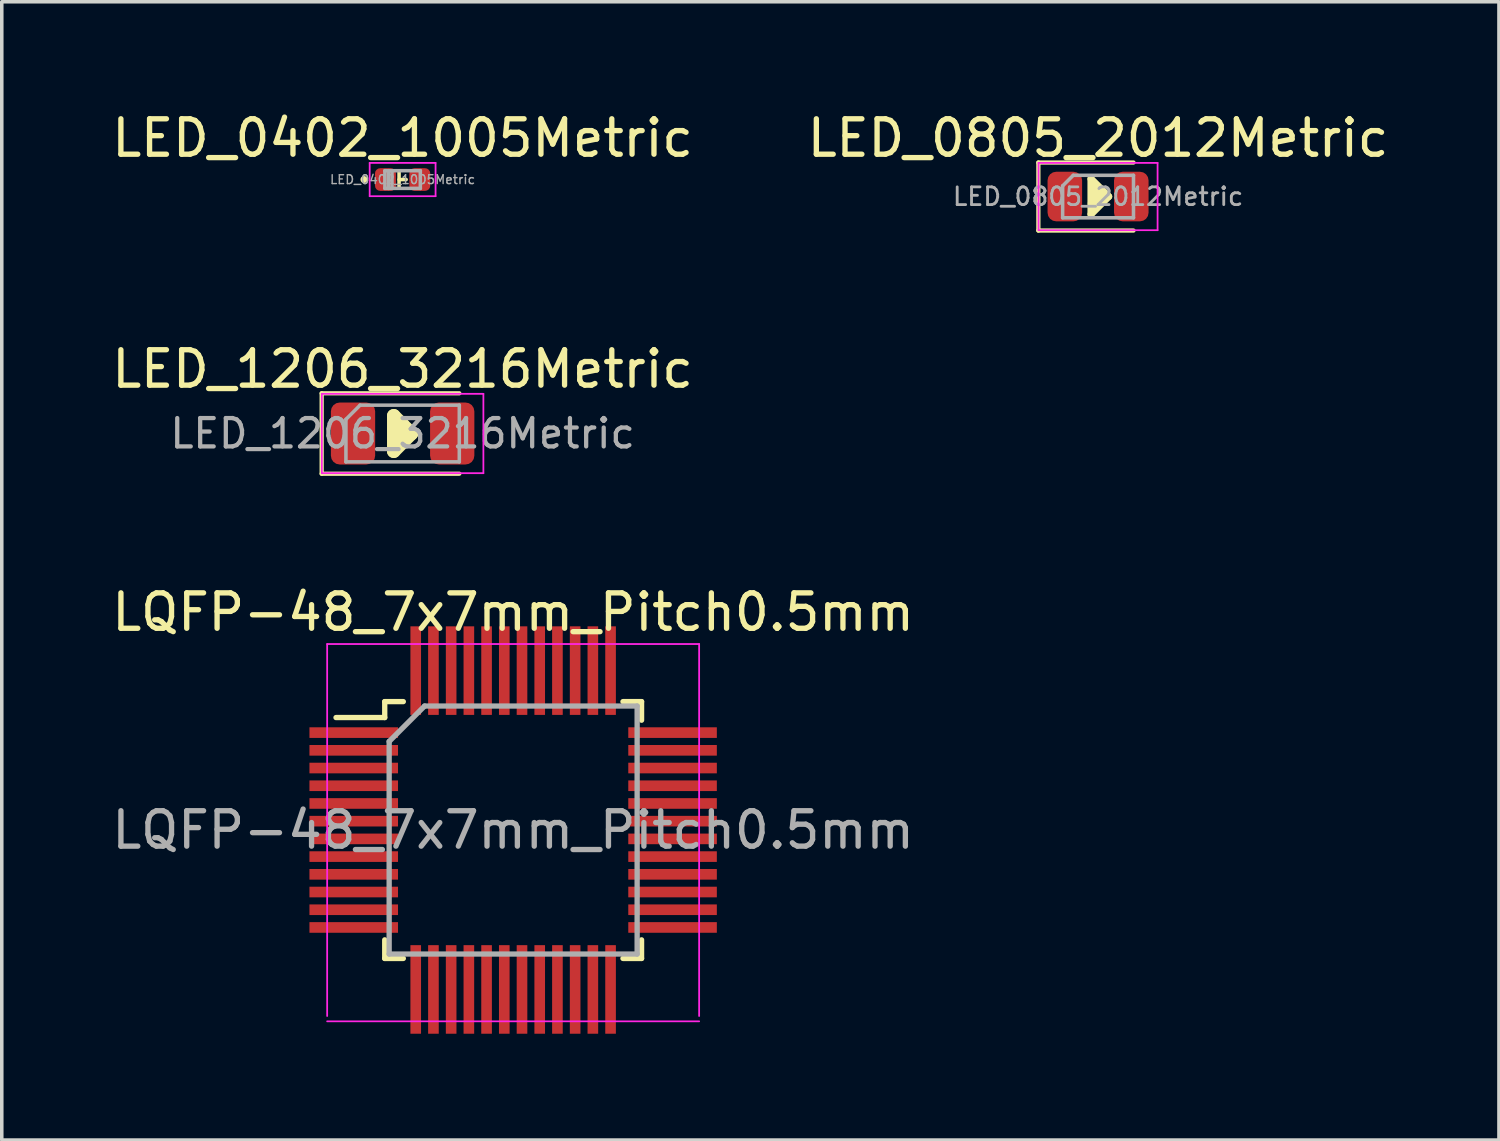
<source format=kicad_pcb>
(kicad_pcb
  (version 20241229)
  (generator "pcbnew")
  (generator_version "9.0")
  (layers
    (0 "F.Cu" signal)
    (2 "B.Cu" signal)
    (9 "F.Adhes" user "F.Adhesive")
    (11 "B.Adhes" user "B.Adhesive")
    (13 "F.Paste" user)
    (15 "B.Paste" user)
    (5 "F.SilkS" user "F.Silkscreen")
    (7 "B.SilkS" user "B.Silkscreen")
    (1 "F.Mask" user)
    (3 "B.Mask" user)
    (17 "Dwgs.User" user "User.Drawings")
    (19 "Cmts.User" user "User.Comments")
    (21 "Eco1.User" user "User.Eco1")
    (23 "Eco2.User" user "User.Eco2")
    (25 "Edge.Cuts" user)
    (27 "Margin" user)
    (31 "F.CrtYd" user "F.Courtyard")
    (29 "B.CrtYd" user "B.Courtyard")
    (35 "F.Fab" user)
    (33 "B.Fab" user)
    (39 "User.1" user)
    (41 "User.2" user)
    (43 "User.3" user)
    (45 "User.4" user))
  (footprint "LED_0402_1005Metric"
    (layer "F.Cu")
    (at 8.315 2.018)
    (property "Reference" "LED_0402_1005Metric" (at 0 -1.17 0) (layer "F.SilkS") (effects (font (size 1 1) (thickness 0.15))))
    (attr smd)
    (fp_line (start -0.1 -0.2) (end -0.1 0.2) (stroke (width 0.1) (type solid)) (layer "F.SilkS"))
    (fp_line (start 0.1 0) (end -0.1 0) (stroke (width 0.1) (type solid)) (layer "F.SilkS"))
    (fp_circle (center -1.09 0) (end -1.04 0) (stroke (width 0.1) (type solid)) (fill no) (layer "F.SilkS"))
    (fp_line (start -0.93 -0.47) (end 0.93 -0.47) (stroke (width 0.05) (type solid)) (layer "F.CrtYd"))
    (fp_line (start -0.93 0.47) (end -0.93 -0.47) (stroke (width 0.05) (type solid)) (layer "F.CrtYd"))
    (fp_line (start 0.93 -0.47) (end 0.93 0.47) (stroke (width 0.05) (type solid)) (layer "F.CrtYd"))
    (fp_line (start 0.93 0.47) (end -0.93 0.47) (stroke (width 0.05) (type solid)) (layer "F.CrtYd"))
    (fp_line (start -0.5 -0.25) (end 0.5 -0.25) (stroke (width 0.1) (type solid)) (layer "F.Fab"))
    (fp_line (start -0.5 0.25) (end -0.5 -0.25) (stroke (width 0.1) (type solid)) (layer "F.Fab"))
    (fp_line (start -0.4 0.25) (end -0.4 -0.25) (stroke (width 0.1) (type solid)) (layer "F.Fab"))
    (fp_line (start -0.3 0.25) (end -0.3 -0.25) (stroke (width 0.1) (type solid)) (layer "F.Fab"))
    (fp_line (start 0.5 -0.25) (end 0.5 0.25) (stroke (width 0.1) (type solid)) (layer "F.Fab"))
    (fp_line (start 0.5 0.25) (end -0.5 0.25) (stroke (width 0.1) (type solid)) (layer "F.Fab"))
    (fp_text user "${REFERENCE}" (at 0 0 0) (layer "F.Fab") (effects (font (size 0.25 0.25) (thickness 0.04))))
    (pad "1" smd roundrect (at -0.485 0) (size 0.59 0.64) (layers "F.Cu" "F.Mask" "F.Paste") (roundrect_rratio 0.25))
    (pad "2" smd roundrect (at 0.485 0) (size 0.59 0.64) (layers "F.Cu" "F.Mask" "F.Paste") (roundrect_rratio 0.25)))
  (footprint "LQFP-48_7x7mm_Pitch0.5mm"
    (layer "F.Cu")
    (at 11.435 20.38)
    (property "Reference" "LQFP-48_7x7mm_Pitch0.5mm" (at 0 -6.15 0) (layer "F.SilkS") (effects (font (size 1 1) (thickness 0.15))))
    (attr smd)
    (fp_line (start -3.625 -3.625) (end -3.625 -3.175) (stroke (width 0.15) (type solid)) (layer "F.SilkS"))
    (fp_line (start -3.625 -3.625) (end -3.1 -3.625) (stroke (width 0.15) (type solid)) (layer "F.SilkS"))
    (fp_line (start -3.625 -3.175) (end -5 -3.175) (stroke (width 0.15) (type solid)) (layer "F.SilkS"))
    (fp_line (start -3.625 3.625) (end -3.625 3.1) (stroke (width 0.15) (type solid)) (layer "F.SilkS"))
    (fp_line (start -3.625 3.625) (end -3.1 3.625) (stroke (width 0.15) (type solid)) (layer "F.SilkS"))
    (fp_line (start 3.625 -3.625) (end 3.1 -3.625) (stroke (width 0.15) (type solid)) (layer "F.SilkS"))
    (fp_line (start 3.625 -3.625) (end 3.625 -3.1) (stroke (width 0.15) (type solid)) (layer "F.SilkS"))
    (fp_line (start 3.625 3.625) (end 3.1 3.625) (stroke (width 0.15) (type solid)) (layer "F.SilkS"))
    (fp_line (start 3.625 3.625) (end 3.625 3.1) (stroke (width 0.15) (type solid)) (layer "F.SilkS"))
    (fp_line (start -5.25 -5.25) (end -5.25 5.25) (stroke (width 0.05) (type solid)) (layer "F.CrtYd"))
    (fp_line (start -5.25 -5.25) (end 5.25 -5.25) (stroke (width 0.05) (type solid)) (layer "F.CrtYd"))
    (fp_line (start -5.25 5.4) (end 5.25 5.4) (stroke (width 0.05) (type solid)) (layer "F.CrtYd"))
    (fp_line (start 5.25 -5.25) (end 5.25 5.25) (stroke (width 0.05) (type solid)) (layer "F.CrtYd"))
    (fp_line (start -3.5 -2.5) (end -2.5 -3.5) (stroke (width 0.15) (type solid)) (layer "F.Fab"))
    (fp_line (start -3.5 3.5) (end -3.5 -2.5) (stroke (width 0.15) (type solid)) (layer "F.Fab"))
    (fp_line (start -2.5 -3.5) (end 3.5 -3.5) (stroke (width 0.15) (type solid)) (layer "F.Fab"))
    (fp_line (start 3.5 -3.5) (end 3.5 3.5) (stroke (width 0.15) (type solid)) (layer "F.Fab"))
    (fp_line (start 3.5 3.5) (end -3.5 3.5) (stroke (width 0.15) (type solid)) (layer "F.Fab"))
    (fp_text user "${REFERENCE}" (at 0 0 0) (layer "F.Fab") (effects (font (size 1 1) (thickness 0.15))))
    (pad "1" smd rect (at -4.5 -2.75) (size 2.5 0.3) (layers "F.Cu" "F.Mask" "F.Paste"))
    (pad "2" smd rect (at -4.5 -2.25) (size 2.5 0.3) (layers "F.Cu" "F.Mask" "F.Paste"))
    (pad "3" smd rect (at -4.5 -1.75) (size 2.5 0.3) (layers "F.Cu" "F.Mask" "F.Paste"))
    (pad "4" smd rect (at -4.5 -1.25) (size 2.5 0.3) (layers "F.Cu" "F.Mask" "F.Paste"))
    (pad "5" smd rect (at -4.5 -0.75) (size 2.5 0.3) (layers "F.Cu" "F.Mask" "F.Paste"))
    (pad "6" smd rect (at -4.5 -0.25) (size 2.5 0.3) (layers "F.Cu" "F.Mask" "F.Paste"))
    (pad "7" smd rect (at -4.5 0.25) (size 2.5 0.3) (layers "F.Cu" "F.Mask" "F.Paste"))
    (pad "8" smd rect (at -4.5 0.75) (size 2.5 0.3) (layers "F.Cu" "F.Mask" "F.Paste"))
    (pad "9" smd rect (at -4.5 1.25) (size 2.5 0.3) (layers "F.Cu" "F.Mask" "F.Paste"))
    (pad "10" smd rect (at -4.5 1.75) (size 2.5 0.3) (layers "F.Cu" "F.Mask" "F.Paste"))
    (pad "11" smd rect (at -4.5 2.25) (size 2.5 0.3) (layers "F.Cu" "F.Mask" "F.Paste"))
    (pad "12" smd rect (at -4.5 2.75) (size 2.5 0.3) (layers "F.Cu" "F.Mask" "F.Paste"))
    (pad "13" smd rect (at -2.75 4.5 90) (size 2.5 0.3) (layers "F.Cu" "F.Mask" "F.Paste"))
    (pad "14" smd rect (at -2.25 4.5 90) (size 2.5 0.3) (layers "F.Cu" "F.Mask" "F.Paste"))
    (pad "15" smd rect (at -1.75 4.5 90) (size 2.5 0.3) (layers "F.Cu" "F.Mask" "F.Paste"))
    (pad "16" smd rect (at -1.25 4.5 90) (size 2.5 0.3) (layers "F.Cu" "F.Mask" "F.Paste"))
    (pad "17" smd rect (at -0.75 4.5 90) (size 2.5 0.3) (layers "F.Cu" "F.Mask" "F.Paste"))
    (pad "18" smd rect (at -0.25 4.5 90) (size 2.5 0.3) (layers "F.Cu" "F.Mask" "F.Paste"))
    (pad "19" smd rect (at 0.25 4.5 90) (size 2.5 0.3) (layers "F.Cu" "F.Mask" "F.Paste"))
    (pad "20" smd rect (at 0.75 4.5 90) (size 2.5 0.3) (layers "F.Cu" "F.Mask" "F.Paste"))
    (pad "21" smd rect (at 1.25 4.5 90) (size 2.5 0.3) (layers "F.Cu" "F.Mask" "F.Paste"))
    (pad "22" smd rect (at 1.75 4.5 90) (size 2.5 0.3) (layers "F.Cu" "F.Mask" "F.Paste"))
    (pad "23" smd rect (at 2.25 4.5 90) (size 2.5 0.3) (layers "F.Cu" "F.Mask" "F.Paste"))
    (pad "24" smd rect (at 2.75 4.5 90) (size 2.5 0.3) (layers "F.Cu" "F.Mask" "F.Paste"))
    (pad "25" smd rect (at 4.5 2.75) (size 2.5 0.3) (layers "F.Cu" "F.Mask" "F.Paste"))
    (pad "26" smd rect (at 4.5 2.25) (size 2.5 0.3) (layers "F.Cu" "F.Mask" "F.Paste"))
    (pad "27" smd rect (at 4.5 1.75) (size 2.5 0.3) (layers "F.Cu" "F.Mask" "F.Paste"))
    (pad "28" smd rect (at 4.5 1.25) (size 2.5 0.3) (layers "F.Cu" "F.Mask" "F.Paste"))
    (pad "29" smd rect (at 4.5 0.75) (size 2.5 0.3) (layers "F.Cu" "F.Mask" "F.Paste"))
    (pad "30" smd rect (at 4.5 0.25) (size 2.5 0.3) (layers "F.Cu" "F.Mask" "F.Paste"))
    (pad "31" smd rect (at 4.5 -0.25) (size 2.5 0.3) (layers "F.Cu" "F.Mask" "F.Paste"))
    (pad "32" smd rect (at 4.5 -0.75) (size 2.5 0.3) (layers "F.Cu" "F.Mask" "F.Paste"))
    (pad "33" smd rect (at 4.5 -1.25) (size 2.5 0.3) (layers "F.Cu" "F.Mask" "F.Paste"))
    (pad "34" smd rect (at 4.5 -1.75) (size 2.5 0.3) (layers "F.Cu" "F.Mask" "F.Paste"))
    (pad "35" smd rect (at 4.5 -2.25) (size 2.5 0.3) (layers "F.Cu" "F.Mask" "F.Paste"))
    (pad "36" smd rect (at 4.5 -2.75) (size 2.5 0.3) (layers "F.Cu" "F.Mask" "F.Paste"))
    (pad "37" smd rect (at 2.75 -4.5 90) (size 2.5 0.3) (layers "F.Cu" "F.Mask" "F.Paste"))
    (pad "38" smd rect (at 2.25 -4.5 90) (size 2.5 0.3) (layers "F.Cu" "F.Mask" "F.Paste"))
    (pad "39" smd rect (at 1.75 -4.5 90) (size 2.5 0.3) (layers "F.Cu" "F.Mask" "F.Paste"))
    (pad "40" smd rect (at 1.25 -4.5 90) (size 2.5 0.3) (layers "F.Cu" "F.Mask" "F.Paste"))
    (pad "41" smd rect (at 0.75 -4.5 90) (size 2.5 0.3) (layers "F.Cu" "F.Mask" "F.Paste"))
    (pad "42" smd rect (at 0.25 -4.5 90) (size 2.5 0.3) (layers "F.Cu" "F.Mask" "F.Paste"))
    (pad "43" smd rect (at -0.25 -4.5 90) (size 2.5 0.3) (layers "F.Cu" "F.Mask" "F.Paste"))
    (pad "44" smd rect (at -0.75 -4.5 90) (size 2.5 0.3) (layers "F.Cu" "F.Mask" "F.Paste"))
    (pad "45" smd rect (at -1.25 -4.5 90) (size 2.5 0.3) (layers "F.Cu" "F.Mask" "F.Paste"))
    (pad "46" smd rect (at -1.75 -4.5 90) (size 2.5 0.3) (layers "F.Cu" "F.Mask" "F.Paste"))
    (pad "47" smd rect (at -2.25 -4.5 90) (size 2.5 0.3) (layers "F.Cu" "F.Mask" "F.Paste"))
    (pad "48" smd rect (at -2.75 -4.5 90) (size 2.5 0.3) (layers "F.Cu" "F.Mask" "F.Paste")))
  (footprint "LED_0805_2012Metric"
    (layer "F.Cu")
    (at 27.946 2.498)
    (property "Reference" "LED_0805_2012Metric" (at 0 -1.65 0) (layer "F.SilkS") (effects (font (size 1 1) (thickness 0.15))))
    (attr smd)
    (fp_line (start -1.685 -0.96) (end -1.685 0.96) (stroke (width 0.12) (type solid)) (layer "F.SilkS"))
    (fp_line (start -1.685 0.96) (end 1 0.96) (stroke (width 0.12) (type solid)) (layer "F.SilkS"))
    (fp_line (start -0.2 -0.5) (end -0.2 0.5) (stroke (width 0.2) (type solid)) (layer "F.SilkS"))
    (fp_line (start -0.2 0.5) (end 0.3 0) (stroke (width 0.2) (type solid)) (layer "F.SilkS"))
    (fp_line (start -0.1 -0.3) (end -0.1 0.2) (stroke (width 0.2) (type solid)) (layer "F.SilkS"))
    (fp_line (start -0.1 0.2) (end 0.1 0) (stroke (width 0.381) (type solid)) (layer "F.SilkS"))
    (fp_line (start 0.3 0) (end -0.2 -0.5) (stroke (width 0.2) (type solid)) (layer "F.SilkS"))
    (fp_line (start 1 -0.96) (end -1.685 -0.96) (stroke (width 0.12) (type solid)) (layer "F.SilkS"))
    (fp_line (start -1.68 -0.95) (end 1.68 -0.95) (stroke (width 0.05) (type solid)) (layer "F.CrtYd"))
    (fp_line (start -1.68 0.95) (end -1.68 -0.95) (stroke (width 0.05) (type solid)) (layer "F.CrtYd"))
    (fp_line (start 1.68 -0.95) (end 1.68 0.95) (stroke (width 0.05) (type solid)) (layer "F.CrtYd"))
    (fp_line (start 1.68 0.95) (end -1.68 0.95) (stroke (width 0.05) (type solid)) (layer "F.CrtYd"))
    (fp_line (start -1 -0.3) (end -1 0.6) (stroke (width 0.1) (type solid)) (layer "F.Fab"))
    (fp_line (start -1 0.6) (end 1 0.6) (stroke (width 0.1) (type solid)) (layer "F.Fab"))
    (fp_line (start -0.7 -0.6) (end -1 -0.3) (stroke (width 0.1) (type solid)) (layer "F.Fab"))
    (fp_line (start 1 -0.6) (end -0.7 -0.6) (stroke (width 0.1) (type solid)) (layer "F.Fab"))
    (fp_line (start 1 0.6) (end 1 -0.6) (stroke (width 0.1) (type solid)) (layer "F.Fab"))
    (fp_text user "${REFERENCE}" (at 0 0 0) (layer "F.Fab") (effects (font (size 0.5 0.5) (thickness 0.08))))
    (pad "1" smd roundrect (at -0.938 0) (size 0.975 1.4) (layers "F.Cu" "F.Mask" "F.Paste") (roundrect_rratio 0.25))
    (pad "2" smd roundrect (at 0.938 0) (size 0.975 1.4) (layers "F.Cu" "F.Mask" "F.Paste") (roundrect_rratio 0.25)))
  (footprint "LED_1206_3216Metric"
    (layer "F.Cu")
    (at 8.315 9.187)
    (property "Reference" "LED_1206_3216Metric" (at 0 -1.82 0) (layer "F.SilkS") (effects (font (size 1 1) (thickness 0.15))))
    (attr smd)
    (fp_line (start -2.285 -1.135) (end -2.285 1.135) (stroke (width 0.12) (type solid)) (layer "F.SilkS"))
    (fp_line (start -2.285 1.135) (end 1.6 1.135) (stroke (width 0.12) (type solid)) (layer "F.SilkS"))
    (fp_line (start -0.25 -0.5) (end -0.25 0.5) (stroke (width 0.381) (type solid)) (layer "F.SilkS"))
    (fp_line (start -0.25 -0.5) (end 0.25 0) (stroke (width 0.381) (type solid)) (layer "F.SilkS"))
    (fp_line (start -0.25 0.5) (end 0.25 0) (stroke (width 0.381) (type solid)) (layer "F.SilkS"))
    (fp_line (start 0 -0.25) (end 0 0.25) (stroke (width 0.381) (type solid)) (layer "F.SilkS"))
    (fp_line (start 1.6 -1.135) (end -2.285 -1.135) (stroke (width 0.12) (type solid)) (layer "F.SilkS"))
    (fp_line (start -2.28 -1.12) (end 2.28 -1.12) (stroke (width 0.05) (type solid)) (layer "F.CrtYd"))
    (fp_line (start -2.28 1.12) (end -2.28 -1.12) (stroke (width 0.05) (type solid)) (layer "F.CrtYd"))
    (fp_line (start 2.28 -1.12) (end 2.28 1.12) (stroke (width 0.05) (type solid)) (layer "F.CrtYd"))
    (fp_line (start 2.28 1.12) (end -2.28 1.12) (stroke (width 0.05) (type solid)) (layer "F.CrtYd"))
    (fp_line (start -1.6 -0.4) (end -1.6 0.8) (stroke (width 0.1) (type solid)) (layer "F.Fab"))
    (fp_line (start -1.6 0.8) (end 1.6 0.8) (stroke (width 0.1) (type solid)) (layer "F.Fab"))
    (fp_line (start -1.2 -0.8) (end -1.6 -0.4) (stroke (width 0.1) (type solid)) (layer "F.Fab"))
    (fp_line (start 1.6 -0.8) (end -1.2 -0.8) (stroke (width 0.1) (type solid)) (layer "F.Fab"))
    (fp_line (start 1.6 0.8) (end 1.6 -0.8) (stroke (width 0.1) (type solid)) (layer "F.Fab"))
    (fp_text user "${REFERENCE}" (at 0 0 0) (layer "F.Fab") (effects (font (size 0.8 0.8) (thickness 0.12))))
    (pad "1" smd roundrect (at -1.4 0) (size 1.25 1.75) (layers "F.Cu" "F.Mask" "F.Paste") (roundrect_rratio 0.2))
    (pad "2" smd roundrect (at 1.4 0) (size 1.25 1.75) (layers "F.Cu" "F.Mask" "F.Paste") (roundrect_rratio 0.2)))
  (gr_rect
    (start -3 -3)
    (end 39.262 29.13)
    (stroke (width 0.1) (type default))
    (fill no)
    (layer "Edge.Cuts")))
</source>
